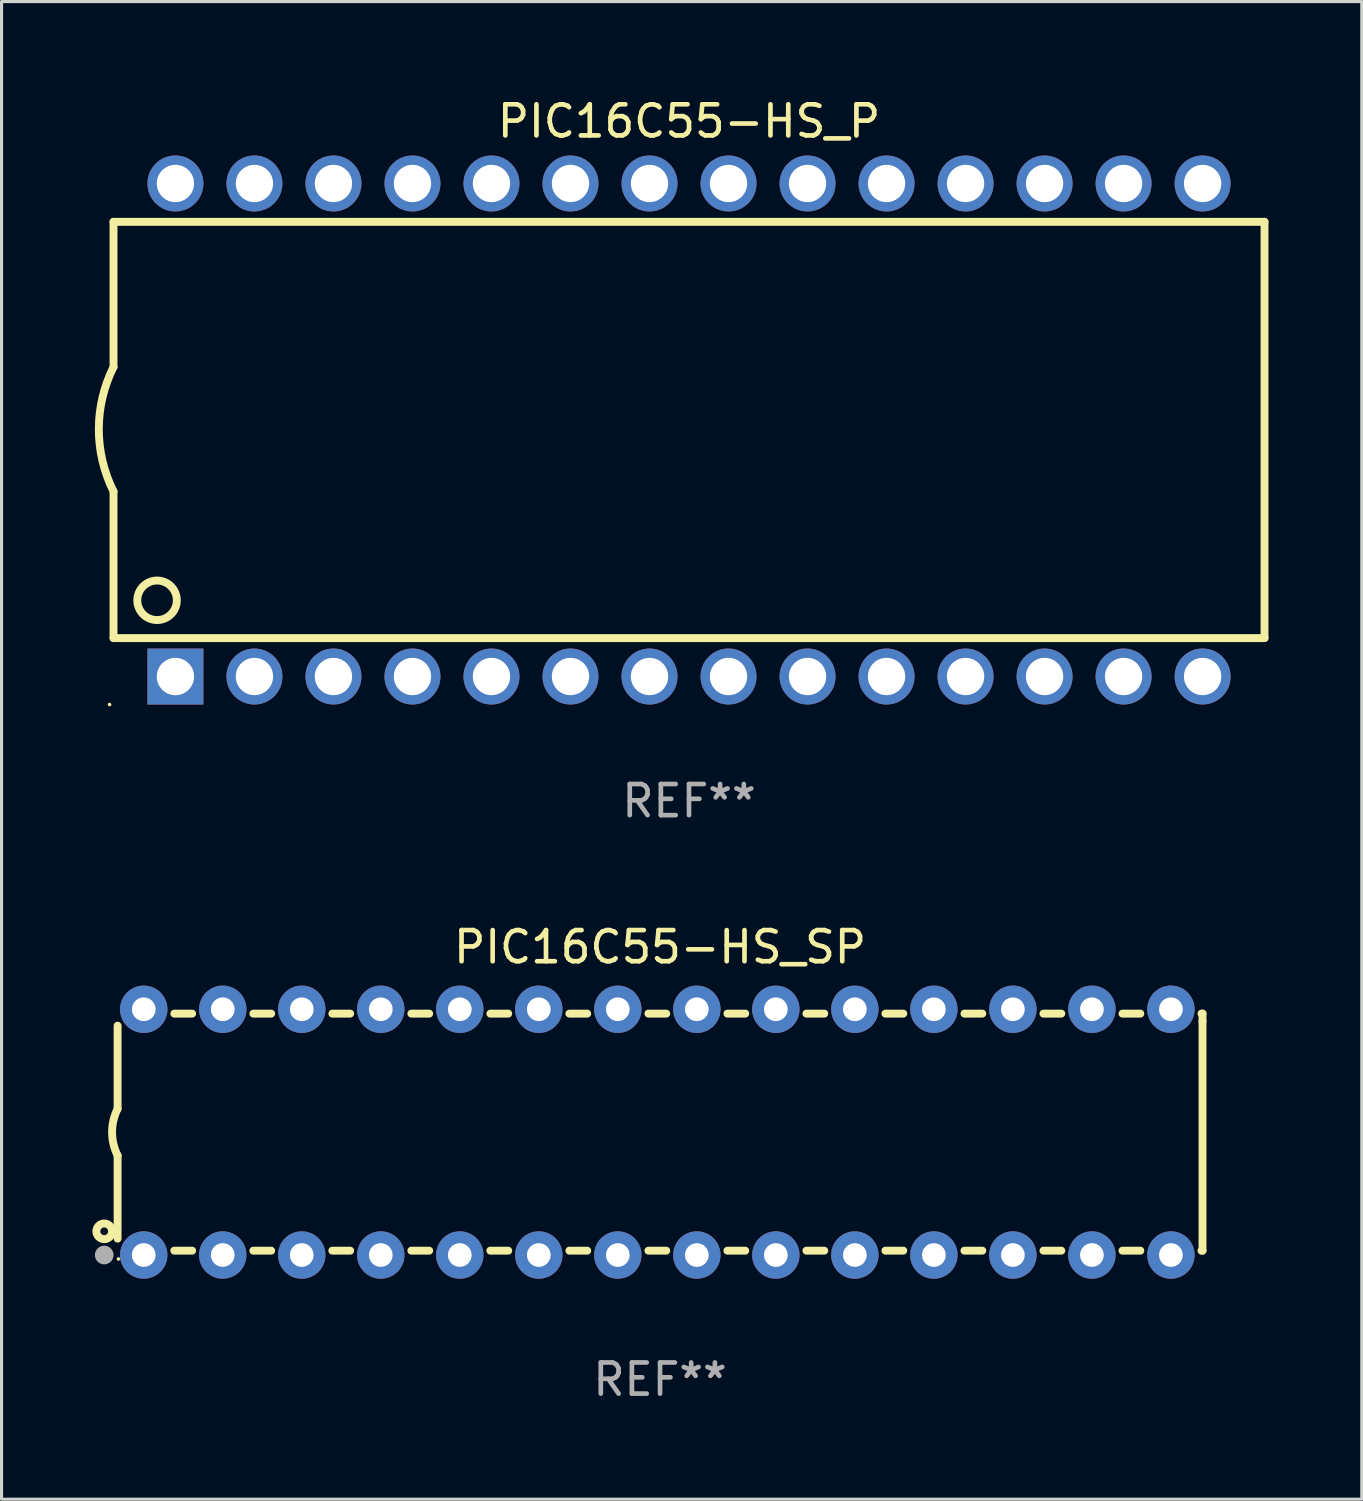
<source format=kicad_pcb>
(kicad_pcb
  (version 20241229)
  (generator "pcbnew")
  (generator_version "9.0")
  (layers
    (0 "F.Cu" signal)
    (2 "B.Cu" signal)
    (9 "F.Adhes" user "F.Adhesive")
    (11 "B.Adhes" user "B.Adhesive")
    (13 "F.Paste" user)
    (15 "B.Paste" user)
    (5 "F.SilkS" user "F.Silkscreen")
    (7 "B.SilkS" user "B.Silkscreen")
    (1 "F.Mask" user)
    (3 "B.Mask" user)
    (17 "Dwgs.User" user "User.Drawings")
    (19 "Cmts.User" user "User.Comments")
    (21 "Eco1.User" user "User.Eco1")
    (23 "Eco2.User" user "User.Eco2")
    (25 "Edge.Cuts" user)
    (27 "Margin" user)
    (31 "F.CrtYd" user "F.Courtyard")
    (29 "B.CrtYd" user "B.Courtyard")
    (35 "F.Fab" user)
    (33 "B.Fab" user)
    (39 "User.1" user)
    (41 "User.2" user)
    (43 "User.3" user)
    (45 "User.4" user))
  (footprint "PIC16C55-HS_P"
    (layer "F.Cu")
    (at 19.099 10.773)
    (property "Reference" "PIC16C55-HS_P" (at 0 -9.925 0) (layer "F.SilkS") (effects (font (size 1 1) (thickness 0.15))))
    (attr through_hole)
    (fp_line (start -18.5 -6.692) (end -18.5 -2.026) (stroke (width 0.254) (type solid)) (layer "F.SilkS"))
    (fp_line (start -18.5 6.689) (end -18.5 1.974) (stroke (width 0.254) (type solid)) (layer "F.SilkS"))
    (fp_line (start -18.5 6.689) (end 18.5 6.689) (stroke (width 0.254) (type solid)) (layer "F.SilkS"))
    (fp_line (start 18.5 -6.692) (end -18.5 -6.692) (stroke (width 0.254) (type solid)) (layer "F.SilkS"))
    (fp_line (start 18.5 6.689) (end 18.5 -6.692) (stroke (width 0.254) (type solid)) (layer "F.SilkS"))
    (fp_arc (start -18.500051 1.974346) (mid -18.972187 -0.025654) (end -18.500051 -2.025654) (stroke (width 0.254001) (type solid)) (layer "F.SilkS"))
    (fp_circle (center -18.627 8.824) (end -18.597 8.824) (stroke (width 0.06) (type solid)) (fill no) (layer "F.SilkS"))
    (fp_circle (center -17.1 5.474) (end -16.465 5.474) (stroke (width 0.254) (type solid)) (fill no) (layer "F.SilkS"))
    (fp_text user "REF**" (at 0 11.925 0) (layer "F.Fab") (effects (font (size 1 1) (thickness 0.15))))
    (pad "1" thru_hole rect (at -16.51 7.925) (size 1.8 1.8) (drill 1.2) (layers "*.Cu" "*.Mask"))
    (pad "2" thru_hole circle (at -13.97 7.924) (size 1.8 1.8) (drill 1.2) (layers "*.Cu" "*.Mask"))
    (pad "3" thru_hole circle (at -11.43 7.924) (size 1.8 1.8) (drill 1.2) (layers "*.Cu" "*.Mask"))
    (pad "4" thru_hole circle (at -8.89 7.924) (size 1.8 1.8) (drill 1.2) (layers "*.Cu" "*.Mask"))
    (pad "5" thru_hole circle (at -6.35 7.924) (size 1.8 1.8) (drill 1.2) (layers "*.Cu" "*.Mask"))
    (pad "6" thru_hole circle (at -3.81 7.924) (size 1.8 1.8) (drill 1.2) (layers "*.Cu" "*.Mask"))
    (pad "7" thru_hole circle (at -1.27 7.924) (size 1.8 1.8) (drill 1.2) (layers "*.Cu" "*.Mask"))
    (pad "8" thru_hole circle (at 1.27 7.924) (size 1.8 1.8) (drill 1.2) (layers "*.Cu" "*.Mask"))
    (pad "9" thru_hole circle (at 3.81 7.924) (size 1.8 1.8) (drill 1.2) (layers "*.Cu" "*.Mask"))
    (pad "10" thru_hole circle (at 6.35 7.924) (size 1.8 1.8) (drill 1.2) (layers "*.Cu" "*.Mask"))
    (pad "11" thru_hole circle (at 8.89 7.924) (size 1.8 1.8) (drill 1.2) (layers "*.Cu" "*.Mask"))
    (pad "12" thru_hole circle (at 11.43 7.924) (size 1.8 1.8) (drill 1.2) (layers "*.Cu" "*.Mask"))
    (pad "13" thru_hole circle (at 13.97 7.924) (size 1.8 1.8) (drill 1.2) (layers "*.Cu" "*.Mask"))
    (pad "14" thru_hole circle (at 16.51 7.924) (size 1.8 1.8) (drill 1.2) (layers "*.Cu" "*.Mask"))
    (pad "15" thru_hole circle (at 16.51 -7.925) (size 1.8 1.8) (drill 1.2) (layers "*.Cu" "*.Mask"))
    (pad "16" thru_hole circle (at 13.97 -7.925) (size 1.8 1.8) (drill 1.2) (layers "*.Cu" "*.Mask"))
    (pad "17" thru_hole circle (at 11.43 -7.925) (size 1.8 1.8) (drill 1.2) (layers "*.Cu" "*.Mask"))
    (pad "18" thru_hole circle (at 8.89 -7.925) (size 1.8 1.8) (drill 1.2) (layers "*.Cu" "*.Mask"))
    (pad "19" thru_hole circle (at 6.35 -7.925) (size 1.8 1.8) (drill 1.2) (layers "*.Cu" "*.Mask"))
    (pad "20" thru_hole circle (at 3.81 -7.925) (size 1.8 1.8) (drill 1.2) (layers "*.Cu" "*.Mask"))
    (pad "21" thru_hole circle (at 1.27 -7.925) (size 1.8 1.8) (drill 1.2) (layers "*.Cu" "*.Mask"))
    (pad "22" thru_hole circle (at -1.27 -7.925) (size 1.8 1.8) (drill 1.2) (layers "*.Cu" "*.Mask"))
    (pad "23" thru_hole circle (at -3.81 -7.925) (size 1.8 1.8) (drill 1.2) (layers "*.Cu" "*.Mask"))
    (pad "24" thru_hole circle (at -6.35 -7.925) (size 1.8 1.8) (drill 1.2) (layers "*.Cu" "*.Mask"))
    (pad "25" thru_hole circle (at -8.89 -7.925) (size 1.8 1.8) (drill 1.2) (layers "*.Cu" "*.Mask"))
    (pad "26" thru_hole circle (at -11.43 -7.925) (size 1.8 1.8) (drill 1.2) (layers "*.Cu" "*.Mask"))
    (pad "27" thru_hole circle (at -13.97 -7.925) (size 1.8 1.8) (drill 1.2) (layers "*.Cu" "*.Mask"))
    (pad "28" thru_hole circle (at -16.51 -7.925) (size 1.8 1.8) (drill 1.2) (layers "*.Cu" "*.Mask")))
  (footprint "PIC16C55-HS_SP"
    (layer "F.Cu")
    (at 18.168 33.344)
    (property "Reference" "PIC16C55-HS_SP" (at 0 -5.95 0) (layer "F.SilkS") (effects (font (size 1 1) (thickness 0.15))))
    (attr through_hole)
    (fp_line (start -17.438 0.75) (end -17.438 3.423) (stroke (width 0.254) (type solid)) (layer "F.SilkS"))
    (fp_line (start -17.438 -3.423) (end -17.438 -0.75) (stroke (width 0.254) (type solid)) (layer "F.SilkS"))
    (fp_line (start -15.615 3.81) (end -15.041 3.81) (stroke (width 0.254) (type solid)) (layer "F.SilkS"))
    (fp_line (start -15.041 -3.81) (end -15.614 -3.81) (stroke (width 0.254) (type solid)) (layer "F.SilkS"))
    (fp_line (start -13.075 3.81) (end -12.501 3.81) (stroke (width 0.254) (type solid)) (layer "F.SilkS"))
    (fp_line (start -12.501 -3.81) (end -13.074 -3.81) (stroke (width 0.254) (type solid)) (layer "F.SilkS"))
    (fp_line (start -10.535 3.81) (end -9.961 3.81) (stroke (width 0.254) (type solid)) (layer "F.SilkS"))
    (fp_line (start -9.961 -3.81) (end -10.534 -3.81) (stroke (width 0.254) (type solid)) (layer "F.SilkS"))
    (fp_line (start -7.995 3.81) (end -7.421 3.81) (stroke (width 0.254) (type solid)) (layer "F.SilkS"))
    (fp_line (start -7.421 -3.81) (end -7.995 -3.81) (stroke (width 0.254) (type solid)) (layer "F.SilkS"))
    (fp_line (start -5.455 3.81) (end -4.881 3.81) (stroke (width 0.254) (type solid)) (layer "F.SilkS"))
    (fp_line (start -4.881 -3.81) (end -5.455 -3.81) (stroke (width 0.254) (type solid)) (layer "F.SilkS"))
    (fp_line (start -2.915 3.81) (end -2.341 3.81) (stroke (width 0.254) (type solid)) (layer "F.SilkS"))
    (fp_line (start -2.341 -3.81) (end -2.915 -3.81) (stroke (width 0.254) (type solid)) (layer "F.SilkS"))
    (fp_line (start -0.375 3.81) (end 0.199 3.81) (stroke (width 0.254) (type solid)) (layer "F.SilkS"))
    (fp_line (start 0.199 -3.81) (end -0.375 -3.81) (stroke (width 0.254) (type solid)) (layer "F.SilkS"))
    (fp_line (start 2.165 3.81) (end 2.739 3.81) (stroke (width 0.254) (type solid)) (layer "F.SilkS"))
    (fp_line (start 2.739 -3.81) (end 2.165 -3.81) (stroke (width 0.254) (type solid)) (layer "F.SilkS"))
    (fp_line (start 4.705 3.81) (end 5.279 3.81) (stroke (width 0.254) (type solid)) (layer "F.SilkS"))
    (fp_line (start 5.279 -3.81) (end 4.705 -3.81) (stroke (width 0.254) (type solid)) (layer "F.SilkS"))
    (fp_line (start 7.245 3.81) (end 7.819 3.81) (stroke (width 0.254) (type solid)) (layer "F.SilkS"))
    (fp_line (start 7.819 -3.81) (end 7.245 -3.81) (stroke (width 0.254) (type solid)) (layer "F.SilkS"))
    (fp_line (start 9.785 3.81) (end 10.359 3.81) (stroke (width 0.254) (type solid)) (layer "F.SilkS"))
    (fp_line (start 10.359 -3.81) (end 9.785 -3.81) (stroke (width 0.254) (type solid)) (layer "F.SilkS"))
    (fp_line (start 12.325 3.81) (end 12.899 3.81) (stroke (width 0.254) (type solid)) (layer "F.SilkS"))
    (fp_line (start 12.899 -3.81) (end 12.325 -3.81) (stroke (width 0.254) (type solid)) (layer "F.SilkS"))
    (fp_line (start 14.865 3.81) (end 15.439 3.81) (stroke (width 0.254) (type solid)) (layer "F.SilkS"))
    (fp_line (start 15.439 -3.81) (end 14.865 -3.81) (stroke (width 0.254) (type solid)) (layer "F.SilkS"))
    (fp_line (start 17.405 3.81) (end 17.438 3.81) (stroke (width 0.254) (type solid)) (layer "F.SilkS"))
    (fp_line (start 17.438 -3.81) (end 17.405 -3.81) (stroke (width 0.254) (type solid)) (layer "F.SilkS"))
    (fp_line (start 17.438 -3.556) (end 17.438 -3.81) (stroke (width 0.254) (type solid)) (layer "F.SilkS"))
    (fp_line (start 17.438 3.81) (end 17.438 -3.556) (stroke (width 0.254) (type solid)) (layer "F.SilkS"))
    (fp_arc (start -17.437986 0.749657) (mid -17.614887 -0.000024) (end -17.437783 -0.749657) (stroke (width 0.254001) (type solid)) (layer "F.SilkS"))
    (fp_circle (center -17.868 3.188) (end -17.743 3.188) (stroke (width 0.254) (type solid)) (fill no) (layer "F.SilkS"))
    (fp_circle (center -17.411 4.077) (end -17.381 4.077) (stroke (width 0.06) (type solid)) (fill no) (layer "F.SilkS"))
    (fp_circle (center -17.868 3.95) (end -17.718 3.95) (stroke (width 0.3) (type solid)) (fill no) (layer "F.Fab"))
    (fp_text user "REF**" (at 0 7.95 0) (layer "F.Fab") (effects (font (size 1 1) (thickness 0.15))))
    (pad "1" thru_hole circle (at -16.598 3.95) (size 1.524 1.524) (drill 0.762) (layers "*.Cu" "*.Mask"))
    (pad "2" thru_hole circle (at -14.058 3.95) (size 1.524 1.524) (drill 0.762) (layers "*.Cu" "*.Mask"))
    (pad "3" thru_hole circle (at -11.518 3.95) (size 1.524 1.524) (drill 0.762) (layers "*.Cu" "*.Mask"))
    (pad "4" thru_hole circle (at -8.978 3.95) (size 1.524 1.524) (drill 0.762) (layers "*.Cu" "*.Mask"))
    (pad "5" thru_hole circle (at -6.438 3.95) (size 1.524 1.524) (drill 0.762) (layers "*.Cu" "*.Mask"))
    (pad "6" thru_hole circle (at -3.898 3.95) (size 1.524 1.524) (drill 0.762) (layers "*.Cu" "*.Mask"))
    (pad "7" thru_hole circle (at -1.358 3.95) (size 1.524 1.524) (drill 0.762) (layers "*.Cu" "*.Mask"))
    (pad "8" thru_hole circle (at 1.182 3.95) (size 1.524 1.524) (drill 0.762) (layers "*.Cu" "*.Mask"))
    (pad "9" thru_hole circle (at 3.722 3.95) (size 1.524 1.524) (drill 0.762) (layers "*.Cu" "*.Mask"))
    (pad "10" thru_hole circle (at 6.262 3.95) (size 1.524 1.524) (drill 0.762) (layers "*.Cu" "*.Mask"))
    (pad "11" thru_hole circle (at 8.802 3.95) (size 1.524 1.524) (drill 0.762) (layers "*.Cu" "*.Mask"))
    (pad "12" thru_hole circle (at 11.342 3.95) (size 1.524 1.524) (drill 0.762) (layers "*.Cu" "*.Mask"))
    (pad "13" thru_hole circle (at 13.882 3.95) (size 1.524 1.524) (drill 0.762) (layers "*.Cu" "*.Mask"))
    (pad "14" thru_hole circle (at 16.422 3.95) (size 1.524 1.524) (drill 0.762) (layers "*.Cu" "*.Mask"))
    (pad "15" thru_hole circle (at 16.422 -3.95) (size 1.524 1.524) (drill 0.762) (layers "*.Cu" "*.Mask"))
    (pad "16" thru_hole circle (at 13.882 -3.95) (size 1.524 1.524) (drill 0.762) (layers "*.Cu" "*.Mask"))
    (pad "17" thru_hole circle (at 11.342 -3.95) (size 1.524 1.524) (drill 0.762) (layers "*.Cu" "*.Mask"))
    (pad "18" thru_hole circle (at 8.802 -3.95) (size 1.524 1.524) (drill 0.762) (layers "*.Cu" "*.Mask"))
    (pad "19" thru_hole circle (at 6.262 -3.95) (size 1.524 1.524) (drill 0.762) (layers "*.Cu" "*.Mask"))
    (pad "20" thru_hole circle (at 3.722 -3.95) (size 1.524 1.524) (drill 0.762) (layers "*.Cu" "*.Mask"))
    (pad "21" thru_hole circle (at 1.182 -3.95) (size 1.524 1.524) (drill 0.762) (layers "*.Cu" "*.Mask"))
    (pad "22" thru_hole circle (at -1.358 -3.95) (size 1.524 1.524) (drill 0.762) (layers "*.Cu" "*.Mask"))
    (pad "23" thru_hole circle (at -3.898 -3.95) (size 1.524 1.524) (drill 0.762) (layers "*.Cu" "*.Mask"))
    (pad "24" thru_hole circle (at -6.438 -3.95) (size 1.524 1.524) (drill 0.762) (layers "*.Cu" "*.Mask"))
    (pad "25" thru_hole circle (at -8.978 -3.95) (size 1.524 1.524) (drill 0.762) (layers "*.Cu" "*.Mask"))
    (pad "26" thru_hole circle (at -11.517 -3.95) (size 1.524 1.524) (drill 0.762) (layers "*.Cu" "*.Mask"))
    (pad "27" thru_hole circle (at -14.057 -3.95) (size 1.524 1.524) (drill 0.762) (layers "*.Cu" "*.Mask"))
    (pad "28" thru_hole circle (at -16.597 -3.95) (size 1.524 1.524) (drill 0.762) (layers "*.Cu" "*.Mask")))
  (gr_rect
    (start -3 -3)
    (end 40.726 45.143)
    (stroke (width 0.1) (type default))
    (fill no)
    (layer "Edge.Cuts")))
</source>
